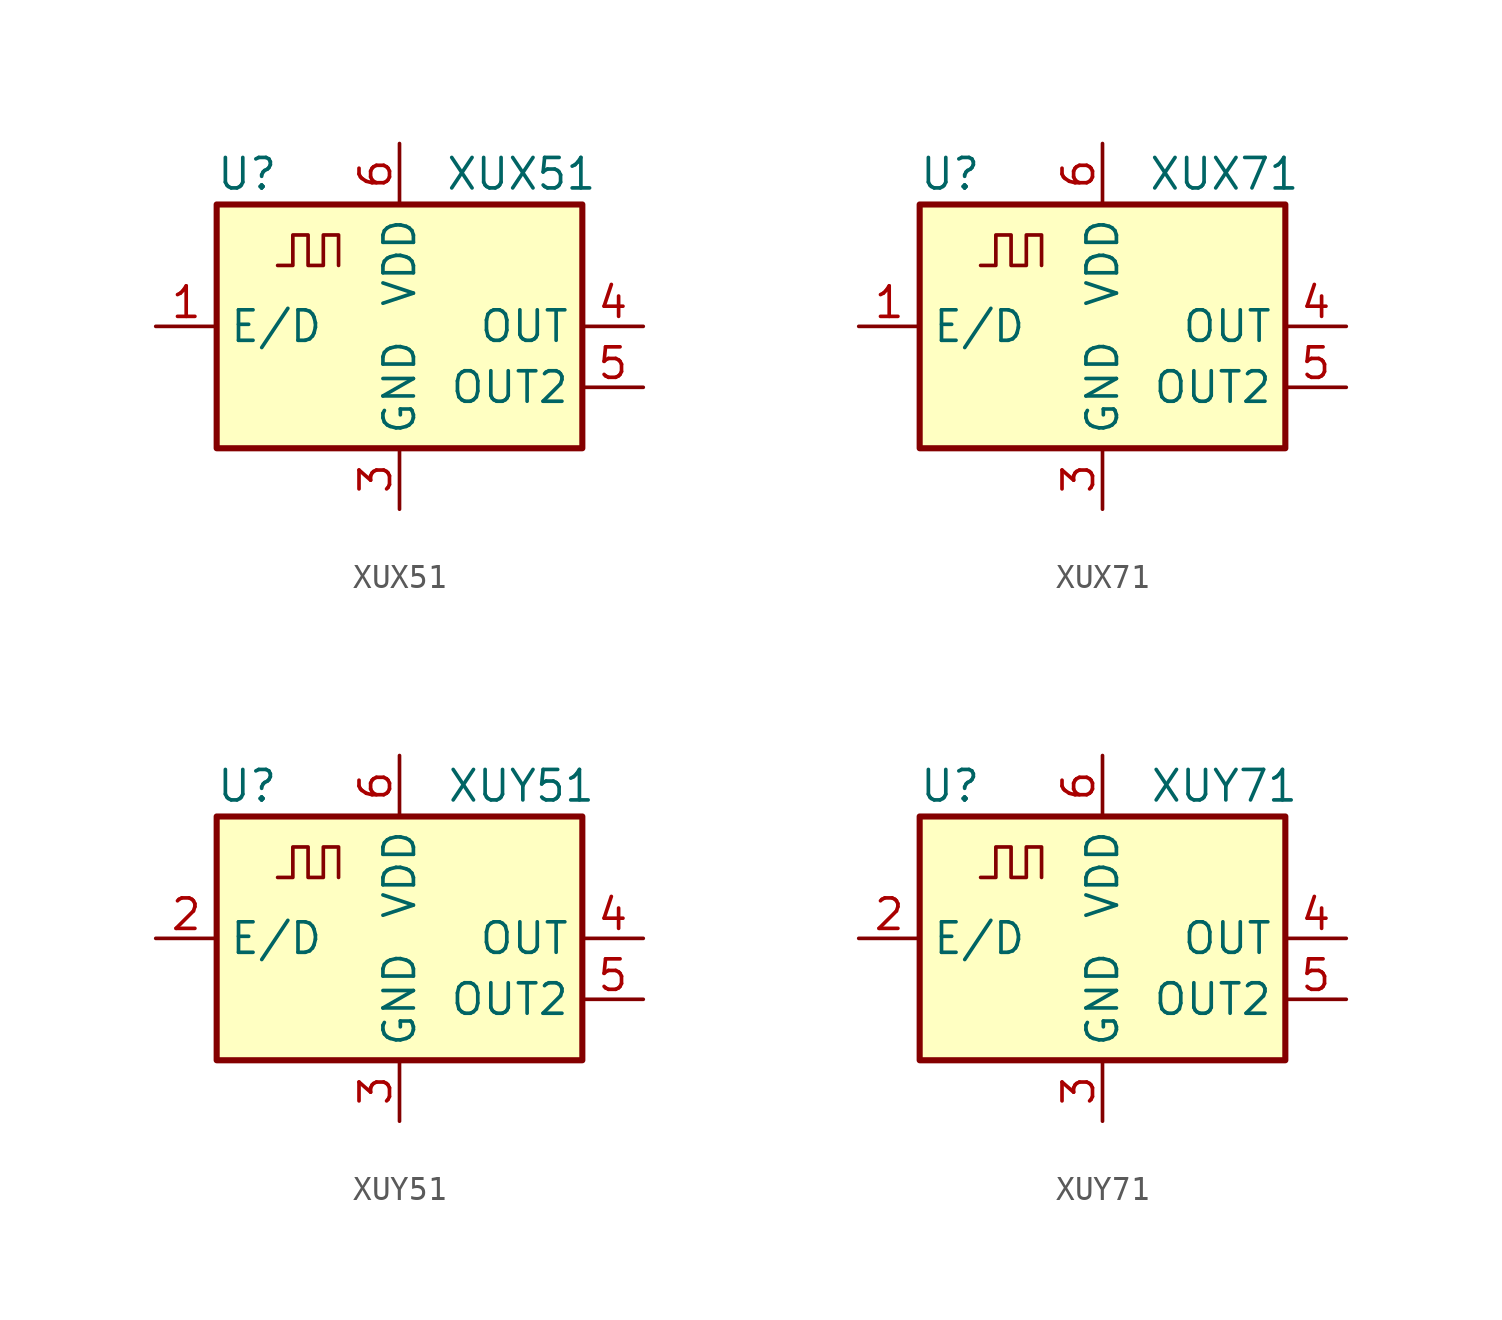
<source format=kicad_sym>
(kicad_symbol_lib
  (version 20241209)
  (generator "kicad_symbol_editor")
  (generator_version "9.0")
  (symbol "XUX51"
    (property "Reference" "U"
      (at -6.35 6.35 0)
      (effects (font (size 1.27 1.27))))
    (property "Value" "XUX51"
      (at 5.08 6.35 0)
      (effects (font (size 1.27 1.27))))
    (symbol "XUX51_0_1"
      (rectangle (start -7.62 5.08) (end 7.62 -5.08) (stroke (width 0.254) (type default)) (fill (type background)))
      (polyline (pts (xy -5.08 2.54) (xy -4.445 2.54) (xy -4.445 3.81) (xy -3.81 3.81) (xy -3.81 2.54) (xy -3.175 2.54) (xy -3.175 3.81) (xy -2.54 3.81) (xy -2.54 2.54)) (stroke (width 0) (type default)) (fill (type none))))
    (symbol "XUX51_1_1"
      (pin input line (at -10.16 0 0) (length 2.54) (name "E/D" (effects (font (size 1.27 1.27)))) (number "1" (effects (font (size 1.27 1.27)))))
      (pin no_connect line (at -7.62 -2.54 0) (length 2.54) hide (name "NC" (effects (font (size 1.27 1.27)))) (number "2" (effects (font (size 1.27 1.27)))))
      (pin power_in line (at 0 7.62 270) (length 2.54) (name "VDD" (effects (font (size 1.27 1.27)))) (number "6" (effects (font (size 1.27 1.27)))))
      (pin power_in line (at 0 -7.62 90) (length 2.54) (name "GND" (effects (font (size 1.27 1.27)))) (number "3" (effects (font (size 1.27 1.27)))))
      (pin output line (at 10.16 0 180) (length 2.54) (name "OUT" (effects (font (size 1.27 1.27)))) (number "4" (effects (font (size 1.27 1.27)))))
      (pin output line (at 10.16 -2.54 180) (length 2.54) (name "OUT2" (effects (font (size 1.27 1.27)))) (number "5" (effects (font (size 1.27 1.27)))))))
  (symbol "XUX71"
    (property "Reference" "U"
      (at -6.35 6.35 0)
      (effects (font (size 1.27 1.27))))
    (property "Value" "XUX71"
      (at 5.08 6.35 0)
      (effects (font (size 1.27 1.27))))
    (symbol "XUX71_0_1"
      (rectangle (start -7.62 5.08) (end 7.62 -5.08) (stroke (width 0.254) (type default)) (fill (type background))))
    (symbol "XUX71_1_1"
      (polyline (pts (xy -5.08 2.54) (xy -4.445 2.54) (xy -4.445 3.81) (xy -3.81 3.81) (xy -3.81 2.54) (xy -3.175 2.54) (xy -3.175 3.81) (xy -2.54 3.81) (xy -2.54 2.54)) (stroke (width 0) (type default)) (fill (type none)))
      (pin input line (at -10.16 0 0) (length 2.54) (name "E/D" (effects (font (size 1.27 1.27)))) (number "1" (effects (font (size 1.27 1.27)))))
      (pin no_connect line (at -7.62 -2.54 0) (length 2.54) hide (name "NC" (effects (font (size 1.27 1.27)))) (number "2" (effects (font (size 1.27 1.27)))))
      (pin power_in line (at 0 7.62 270) (length 2.54) (name "VDD" (effects (font (size 1.27 1.27)))) (number "6" (effects (font (size 1.27 1.27)))))
      (pin power_in line (at 0 -7.62 90) (length 2.54) (name "GND" (effects (font (size 1.27 1.27)))) (number "3" (effects (font (size 1.27 1.27)))))
      (pin output line (at 10.16 0 180) (length 2.54) (name "OUT" (effects (font (size 1.27 1.27)))) (number "4" (effects (font (size 1.27 1.27)))))
      (pin output line (at 10.16 -2.54 180) (length 2.54) (name "OUT2" (effects (font (size 1.27 1.27)))) (number "5" (effects (font (size 1.27 1.27)))))))
  (symbol "XUY51"
    (property "Reference" "U"
      (at -6.35 6.35 0)
      (effects (font (size 1.27 1.27))))
    (property "Value" "XUY51"
      (at 5.08 6.35 0)
      (effects (font (size 1.27 1.27))))
    (symbol "XUY51_0_1"
      (rectangle (start -7.62 5.08) (end 7.62 -5.08) (stroke (width 0.254) (type default)) (fill (type background))))
    (symbol "XUY51_1_1"
      (polyline (pts (xy -5.08 2.54) (xy -4.445 2.54) (xy -4.445 3.81) (xy -3.81 3.81) (xy -3.81 2.54) (xy -3.175 2.54) (xy -3.175 3.81) (xy -2.54 3.81) (xy -2.54 2.54)) (stroke (width 0) (type default)) (fill (type none)))
      (pin input line (at -10.16 0 0) (length 2.54) (name "E/D" (effects (font (size 1.27 1.27)))) (number "2" (effects (font (size 1.27 1.27)))))
      (pin no_connect line (at -7.62 -2.54 0) (length 2.54) hide (name "NC" (effects (font (size 1.27 1.27)))) (number "1" (effects (font (size 1.27 1.27)))))
      (pin power_in line (at 0 7.62 270) (length 2.54) (name "VDD" (effects (font (size 1.27 1.27)))) (number "6" (effects (font (size 1.27 1.27)))))
      (pin power_in line (at 0 -7.62 90) (length 2.54) (name "GND" (effects (font (size 1.27 1.27)))) (number "3" (effects (font (size 1.27 1.27)))))
      (pin output line (at 10.16 0 180) (length 2.54) (name "OUT" (effects (font (size 1.27 1.27)))) (number "4" (effects (font (size 1.27 1.27)))))
      (pin output line (at 10.16 -2.54 180) (length 2.54) (name "OUT2" (effects (font (size 1.27 1.27)))) (number "5" (effects (font (size 1.27 1.27)))))))
  (symbol "XUY71"
    (property "Reference" "U"
      (at -6.35 6.35 0)
      (effects (font (size 1.27 1.27))))
    (property "Value" "XUY71"
      (at 5.08 6.35 0)
      (effects (font (size 1.27 1.27))))
    (symbol "XUY71_0_1"
      (rectangle (start -7.62 5.08) (end 7.62 -5.08) (stroke (width 0.254) (type default)) (fill (type background))))
    (symbol "XUY71_1_1"
      (polyline (pts (xy -5.08 2.54) (xy -4.445 2.54) (xy -4.445 3.81) (xy -3.81 3.81) (xy -3.81 2.54) (xy -3.175 2.54) (xy -3.175 3.81) (xy -2.54 3.81) (xy -2.54 2.54)) (stroke (width 0) (type default)) (fill (type none)))
      (pin input line (at -10.16 0 0) (length 2.54) (name "E/D" (effects (font (size 1.27 1.27)))) (number "2" (effects (font (size 1.27 1.27)))))
      (pin no_connect line (at -7.62 -2.54 0) (length 2.54) hide (name "NC" (effects (font (size 1.27 1.27)))) (number "1" (effects (font (size 1.27 1.27)))))
      (pin power_in line (at 0 7.62 270) (length 2.54) (name "VDD" (effects (font (size 1.27 1.27)))) (number "6" (effects (font (size 1.27 1.27)))))
      (pin power_in line (at 0 -7.62 90) (length 2.54) (name "GND" (effects (font (size 1.27 1.27)))) (number "3" (effects (font (size 1.27 1.27)))))
      (pin output line (at 10.16 0 180) (length 2.54) (name "OUT" (effects (font (size 1.27 1.27)))) (number "4" (effects (font (size 1.27 1.27)))))
      (pin output line (at 10.16 -2.54 180) (length 2.54) (name "OUT2" (effects (font (size 1.27 1.27)))) (number "5" (effects (font (size 1.27 1.27))))))))
</source>
